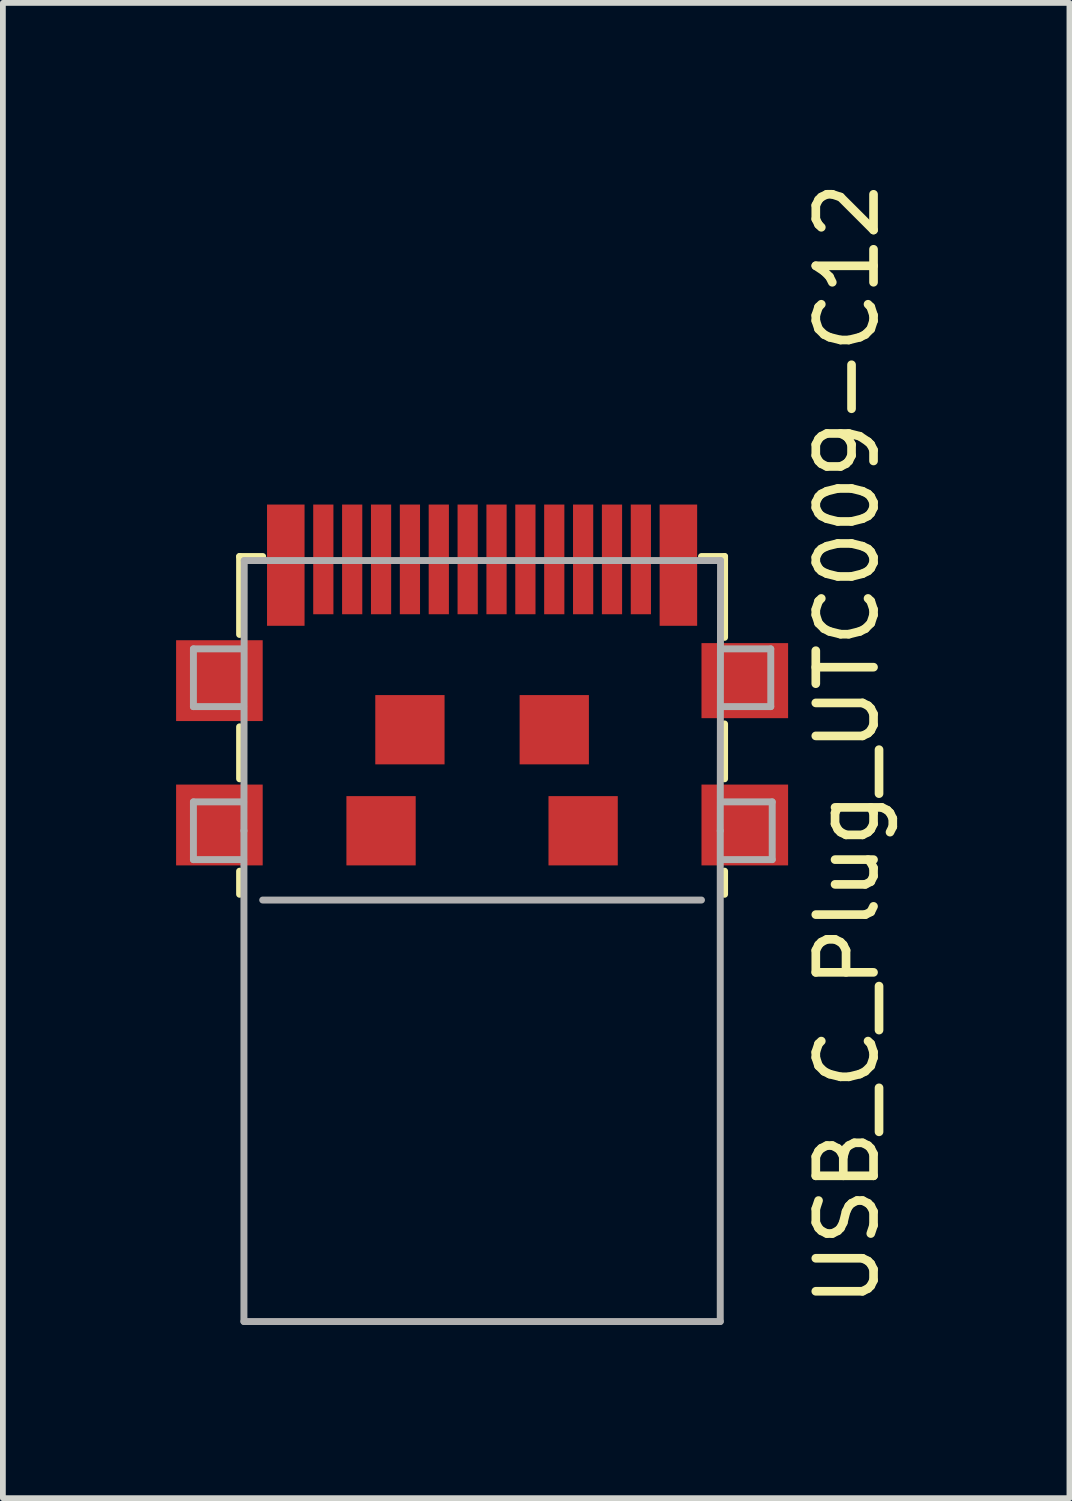
<source format=kicad_pcb>
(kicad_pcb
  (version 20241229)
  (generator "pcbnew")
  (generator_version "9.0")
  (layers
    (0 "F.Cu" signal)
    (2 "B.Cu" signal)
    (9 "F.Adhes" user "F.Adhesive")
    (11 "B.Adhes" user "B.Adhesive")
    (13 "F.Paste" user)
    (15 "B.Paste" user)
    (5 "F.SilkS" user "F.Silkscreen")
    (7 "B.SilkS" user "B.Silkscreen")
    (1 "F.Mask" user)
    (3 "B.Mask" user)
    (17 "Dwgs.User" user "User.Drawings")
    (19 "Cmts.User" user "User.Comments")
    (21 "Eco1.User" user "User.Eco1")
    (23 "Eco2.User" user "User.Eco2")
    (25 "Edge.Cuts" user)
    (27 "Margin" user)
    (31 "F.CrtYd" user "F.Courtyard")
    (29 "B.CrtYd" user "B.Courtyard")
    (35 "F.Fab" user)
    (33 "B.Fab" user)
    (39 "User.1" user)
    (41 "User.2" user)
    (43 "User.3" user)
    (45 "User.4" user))
  (footprint "USB_C_Plug_UTC009-C12"
    (layer "F.Cu")
    (at 5.3 6.839)
    (property "Reference" "USB_C_Plug_UTC009-C12" (at 6.325 3 90) (layer "F.SilkS") (effects (font (size 1 1) (thickness 0.15))))
    (attr smd)
    (fp_line (start -4.2 -0.25) (end -4.2 1.1) (stroke (width 0.12) (type solid)) (layer "F.SilkS"))
    (fp_line (start -4.2 2.7) (end -4.2 3.6) (stroke (width 0.12) (type solid)) (layer "F.SilkS"))
    (fp_line (start -4.2 5.2) (end -4.2 5.6) (stroke (width 0.12) (type solid)) (layer "F.SilkS"))
    (fp_line (start -3.8 -0.25) (end -4.2 -0.25) (stroke (width 0.12) (type solid)) (layer "F.SilkS"))
    (fp_line (start 4.2 -0.25) (end 3.8 -0.25) (stroke (width 0.12) (type solid)) (layer "F.SilkS"))
    (fp_line (start 4.2 1.15) (end 4.2 -0.25) (stroke (width 0.12) (type solid)) (layer "F.SilkS"))
    (fp_line (start 4.2 3.6) (end 4.2 2.65) (stroke (width 0.12) (type solid)) (layer "F.SilkS"))
    (fp_line (start 4.2 5.6) (end 4.2 5.2) (stroke (width 0.12) (type solid)) (layer "F.SilkS"))
    (fp_line (start -5 1.35) (end -4.13 1.35) (stroke (width 0.12) (type solid)) (layer "F.Fab"))
    (fp_line (start -5 2.35) (end -5 1.35) (stroke (width 0.12) (type solid)) (layer "F.Fab"))
    (fp_line (start -5 2.35) (end -4.13 2.35) (stroke (width 0.12) (type solid)) (layer "F.Fab"))
    (fp_line (start -5 4) (end -4.13 4) (stroke (width 0.12) (type solid)) (layer "F.Fab"))
    (fp_line (start -5 5) (end -5 4) (stroke (width 0.12) (type solid)) (layer "F.Fab"))
    (fp_line (start -5 5) (end -4.13 5) (stroke (width 0.12) (type solid)) (layer "F.Fab"))
    (fp_line (start -4.125 4.5) (end -4.125 13) (stroke (width 0.12) (type solid)) (layer "F.Fab"))
    (fp_line (start -4.125 4.5) (end -4.12 -0.18) (stroke (width 0.12) (type solid)) (layer "F.Fab"))
    (fp_line (start -4.125 13) (end 4.125 13) (stroke (width 0.12) (type solid)) (layer "F.Fab"))
    (fp_line (start -4.12 -0.18) (end 4.13 -0.18) (stroke (width 0.12) (type solid)) (layer "F.Fab"))
    (fp_line (start 3.8 5.7) (end -3.8 5.7) (stroke (width 0.12) (type solid)) (layer "F.Fab"))
    (fp_line (start 4.125 13) (end 4.125 4.5) (stroke (width 0.12) (type solid)) (layer "F.Fab"))
    (fp_line (start 4.13 -0.18) (end 4.125 4.5) (stroke (width 0.12) (type solid)) (layer "F.Fab"))
    (fp_line (start 5 1.35) (end 4.13 1.35) (stroke (width 0.12) (type solid)) (layer "F.Fab"))
    (fp_line (start 5 2.35) (end 4.13 2.35) (stroke (width 0.12) (type solid)) (layer "F.Fab"))
    (fp_line (start 5 2.35) (end 5 1.35) (stroke (width 0.12) (type solid)) (layer "F.Fab"))
    (fp_line (start 5.025 4) (end 4.155 4) (stroke (width 0.12) (type solid)) (layer "F.Fab"))
    (fp_line (start 5.025 5) (end 4.155 5) (stroke (width 0.12) (type solid)) (layer "F.Fab"))
    (fp_line (start 5.025 5) (end 5.025 4) (stroke (width 0.12) (type solid)) (layer "F.Fab"))
    (pad "A1" smd rect (at 2.75 -0.2) (size 0.35 1.9) (layers "F.Cu" "F.Mask" "F.Paste"))
    (pad "A4" smd rect (at 1.25 -0.2) (size 0.35 1.9) (layers "F.Cu" "F.Mask" "F.Paste"))
    (pad "A5" smd rect (at 0.75 -0.2) (size 0.35 1.9) (layers "F.Cu" "F.Mask" "F.Paste"))
    (pad "A6" smd rect (at 0.25 -0.2) (size 0.35 1.9) (layers "F.Cu" "F.Mask" "F.Paste"))
    (pad "A7" smd rect (at -0.25 -0.2) (size 0.35 1.9) (layers "F.Cu" "F.Mask" "F.Paste"))
    (pad "A10" smd rect (at -1.75 -0.2) (size 0.35 1.9) (layers "F.Cu" "F.Mask" "F.Paste"))
    (pad "A11" smd rect (at -2.25 -0.2) (size 0.35 1.9) (layers "F.Cu" "F.Mask" "F.Paste"))
    (pad "B2" smd rect (at -2.75 -0.2) (size 0.35 1.9) (layers "F.Cu" "F.Mask" "F.Paste"))
    (pad "B3" smd rect (at -1.25 -0.2) (size 0.35 1.9) (layers "F.Cu" "F.Mask" "F.Paste"))
    (pad "B5" smd rect (at -0.75 -0.2) (size 0.35 1.9) (layers "F.Cu" "F.Mask" "F.Paste"))
    (pad "B9" smd rect (at 1.75 -0.2) (size 0.35 1.9) (layers "F.Cu" "F.Mask" "F.Paste"))
    (pad "B12" smd rect (at 2.25 -0.2) (size 0.35 1.9) (layers "F.Cu" "F.Mask" "F.Paste"))
    (pad "S1" smd rect (at -4.55 1.9) (size 1.5 1.4) (layers "F.Cu" "F.Mask" "F.Paste"))
    (pad "S1" smd rect (at -4.55 4.4) (size 1.5 1.4) (layers "F.Cu" "F.Mask" "F.Paste"))
    (pad "S1" smd rect (at -3.4 -0.1) (size 0.65 2.1) (layers "F.Cu" "F.Mask" "F.Paste"))
    (pad "S1" smd rect (at -1.75 4.5) (size 1.2 1.2) (layers "F.Cu" "F.Mask" "F.Paste"))
    (pad "S1" smd rect (at -1.25 2.75) (size 1.2 1.2) (layers "F.Cu" "F.Mask" "F.Paste"))
    (pad "S1" smd rect (at 1.25 2.75) (size 1.2 1.2) (layers "F.Cu" "F.Mask" "F.Paste"))
    (pad "S1" smd rect (at 1.75 4.5) (size 1.2 1.2) (layers "F.Cu" "F.Mask" "F.Paste"))
    (pad "S1" smd rect (at 3.4 -0.1) (size 0.65 2.1) (layers "F.Cu" "F.Mask" "F.Paste"))
    (pad "S1" smd rect (at 4.55 1.9) (size 1.5 1.3) (layers "F.Cu" "F.Mask" "F.Paste"))
    (pad "S1" smd rect (at 4.55 4.4) (size 1.5 1.4) (layers "F.Cu" "F.Mask" "F.Paste")))
  (gr_rect
    (start -3 -3)
    (end 15.473 22.899)
    (stroke (width 0.1) (type default))
    (fill no)
    (layer "Edge.Cuts")))
</source>
